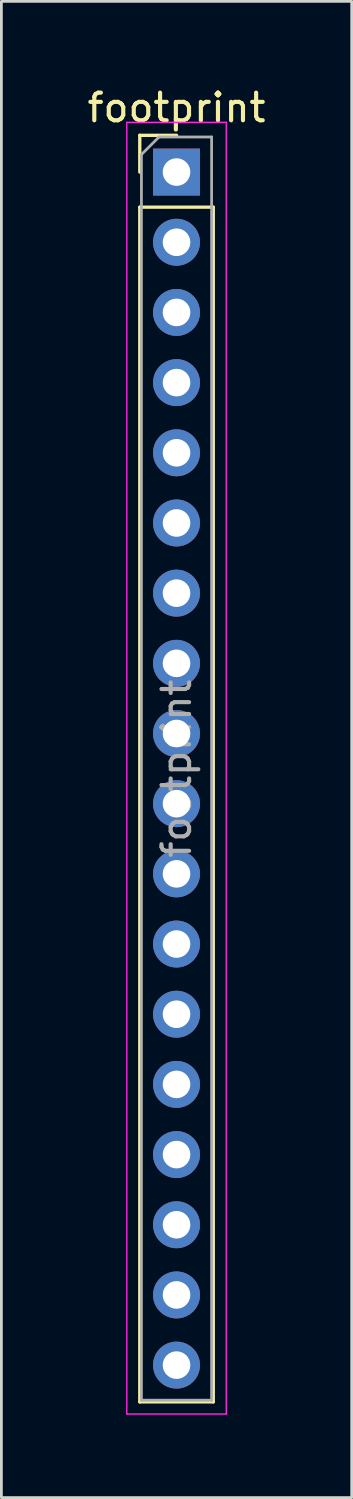
<source format=kicad_pcb>
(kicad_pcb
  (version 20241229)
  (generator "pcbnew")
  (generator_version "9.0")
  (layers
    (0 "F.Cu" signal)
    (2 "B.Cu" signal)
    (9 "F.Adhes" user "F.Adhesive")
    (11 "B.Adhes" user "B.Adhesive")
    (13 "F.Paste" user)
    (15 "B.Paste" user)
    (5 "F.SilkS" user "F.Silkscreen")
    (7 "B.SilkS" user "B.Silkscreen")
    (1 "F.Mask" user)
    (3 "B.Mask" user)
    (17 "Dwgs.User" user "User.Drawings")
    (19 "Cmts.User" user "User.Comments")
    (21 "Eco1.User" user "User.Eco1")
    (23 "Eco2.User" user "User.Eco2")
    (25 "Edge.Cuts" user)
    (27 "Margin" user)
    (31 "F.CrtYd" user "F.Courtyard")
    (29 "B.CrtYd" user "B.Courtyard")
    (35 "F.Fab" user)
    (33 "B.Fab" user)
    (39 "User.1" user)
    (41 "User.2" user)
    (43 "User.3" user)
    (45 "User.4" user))
  (footprint "footprint"
    (layer "F.Cu")
    (at 3.339 3.178)
    (property "Reference" "footprint" (at 0 -2.33 0) (layer "F.SilkS") (effects (font (size 1 1) (thickness 0.15))))
    (attr through_hole)
    (fp_line (start -1.33 -1.33) (end 0 -1.33) (stroke (width 0.12) (type solid)) (layer "F.SilkS"))
    (fp_line (start -1.33 0) (end -1.33 -1.33) (stroke (width 0.12) (type solid)) (layer "F.SilkS"))
    (fp_line (start -1.33 1.27) (end -1.33 44.51) (stroke (width 0.12) (type solid)) (layer "F.SilkS"))
    (fp_line (start -1.33 1.27) (end 1.33 1.27) (stroke (width 0.12) (type solid)) (layer "F.SilkS"))
    (fp_line (start -1.33 44.51) (end 1.33 44.51) (stroke (width 0.12) (type solid)) (layer "F.SilkS"))
    (fp_line (start 1.33 1.27) (end 1.33 44.51) (stroke (width 0.12) (type solid)) (layer "F.SilkS"))
    (fp_line (start -1.8 -1.8) (end -1.8 44.95) (stroke (width 0.05) (type solid)) (layer "F.CrtYd"))
    (fp_line (start -1.8 44.95) (end 1.8 44.95) (stroke (width 0.05) (type solid)) (layer "F.CrtYd"))
    (fp_line (start 1.8 -1.8) (end -1.8 -1.8) (stroke (width 0.05) (type solid)) (layer "F.CrtYd"))
    (fp_line (start 1.8 44.95) (end 1.8 -1.8) (stroke (width 0.05) (type solid)) (layer "F.CrtYd"))
    (fp_line (start -1.27 -0.635) (end -0.635 -1.27) (stroke (width 0.1) (type solid)) (layer "F.Fab"))
    (fp_line (start -1.27 44.45) (end -1.27 -0.635) (stroke (width 0.1) (type solid)) (layer "F.Fab"))
    (fp_line (start -0.635 -1.27) (end 1.27 -1.27) (stroke (width 0.1) (type solid)) (layer "F.Fab"))
    (fp_line (start 1.27 -1.27) (end 1.27 44.45) (stroke (width 0.1) (type solid)) (layer "F.Fab"))
    (fp_line (start 1.27 44.45) (end -1.27 44.45) (stroke (width 0.1) (type solid)) (layer "F.Fab"))
    (fp_text user "${REFERENCE}" (at 0 21.59 90) (layer "F.Fab") (effects (font (size 1 1) (thickness 0.15))))
    (pad "1" thru_hole rect (at 0 0) (size 1.7 1.7) (drill 1) (layers "*.Cu" "*.Mask"))
    (pad "2" thru_hole oval (at 0 2.54) (size 1.7 1.7) (drill 1) (layers "*.Cu" "*.Mask"))
    (pad "3" thru_hole oval (at 0 5.08) (size 1.7 1.7) (drill 1) (layers "*.Cu" "*.Mask"))
    (pad "4" thru_hole oval (at 0 7.62) (size 1.7 1.7) (drill 1) (layers "*.Cu" "*.Mask"))
    (pad "5" thru_hole oval (at 0 10.16) (size 1.7 1.7) (drill 1) (layers "*.Cu" "*.Mask"))
    (pad "6" thru_hole oval (at 0 12.7) (size 1.7 1.7) (drill 1) (layers "*.Cu" "*.Mask"))
    (pad "7" thru_hole oval (at 0 15.24) (size 1.7 1.7) (drill 1) (layers "*.Cu" "*.Mask"))
    (pad "8" thru_hole oval (at 0 17.78) (size 1.7 1.7) (drill 1) (layers "*.Cu" "*.Mask"))
    (pad "9" thru_hole oval (at 0 20.32) (size 1.7 1.7) (drill 1) (layers "*.Cu" "*.Mask"))
    (pad "10" thru_hole oval (at 0 22.86) (size 1.7 1.7) (drill 1) (layers "*.Cu" "*.Mask"))
    (pad "11" thru_hole oval (at 0 25.4) (size 1.7 1.7) (drill 1) (layers "*.Cu" "*.Mask"))
    (pad "12" thru_hole oval (at 0 27.94) (size 1.7 1.7) (drill 1) (layers "*.Cu" "*.Mask"))
    (pad "13" thru_hole oval (at 0 30.48) (size 1.7 1.7) (drill 1) (layers "*.Cu" "*.Mask"))
    (pad "14" thru_hole oval (at 0 33.02) (size 1.7 1.7) (drill 1) (layers "*.Cu" "*.Mask"))
    (pad "15" thru_hole oval (at 0 35.56) (size 1.7 1.7) (drill 1) (layers "*.Cu" "*.Mask"))
    (pad "16" thru_hole oval (at 0 38.1) (size 1.7 1.7) (drill 1) (layers "*.Cu" "*.Mask"))
    (pad "17" thru_hole oval (at 0 40.64) (size 1.7 1.7) (drill 1) (layers "*.Cu" "*.Mask"))
    (pad "18" thru_hole oval (at 0 43.18) (size 1.7 1.7) (drill 1) (layers "*.Cu" "*.Mask")))
  (gr_rect
    (start -3 -3)
    (end 9.679 51.153)
    (stroke (width 0.1) (type default))
    (fill no)
    (layer "Edge.Cuts")))
</source>
